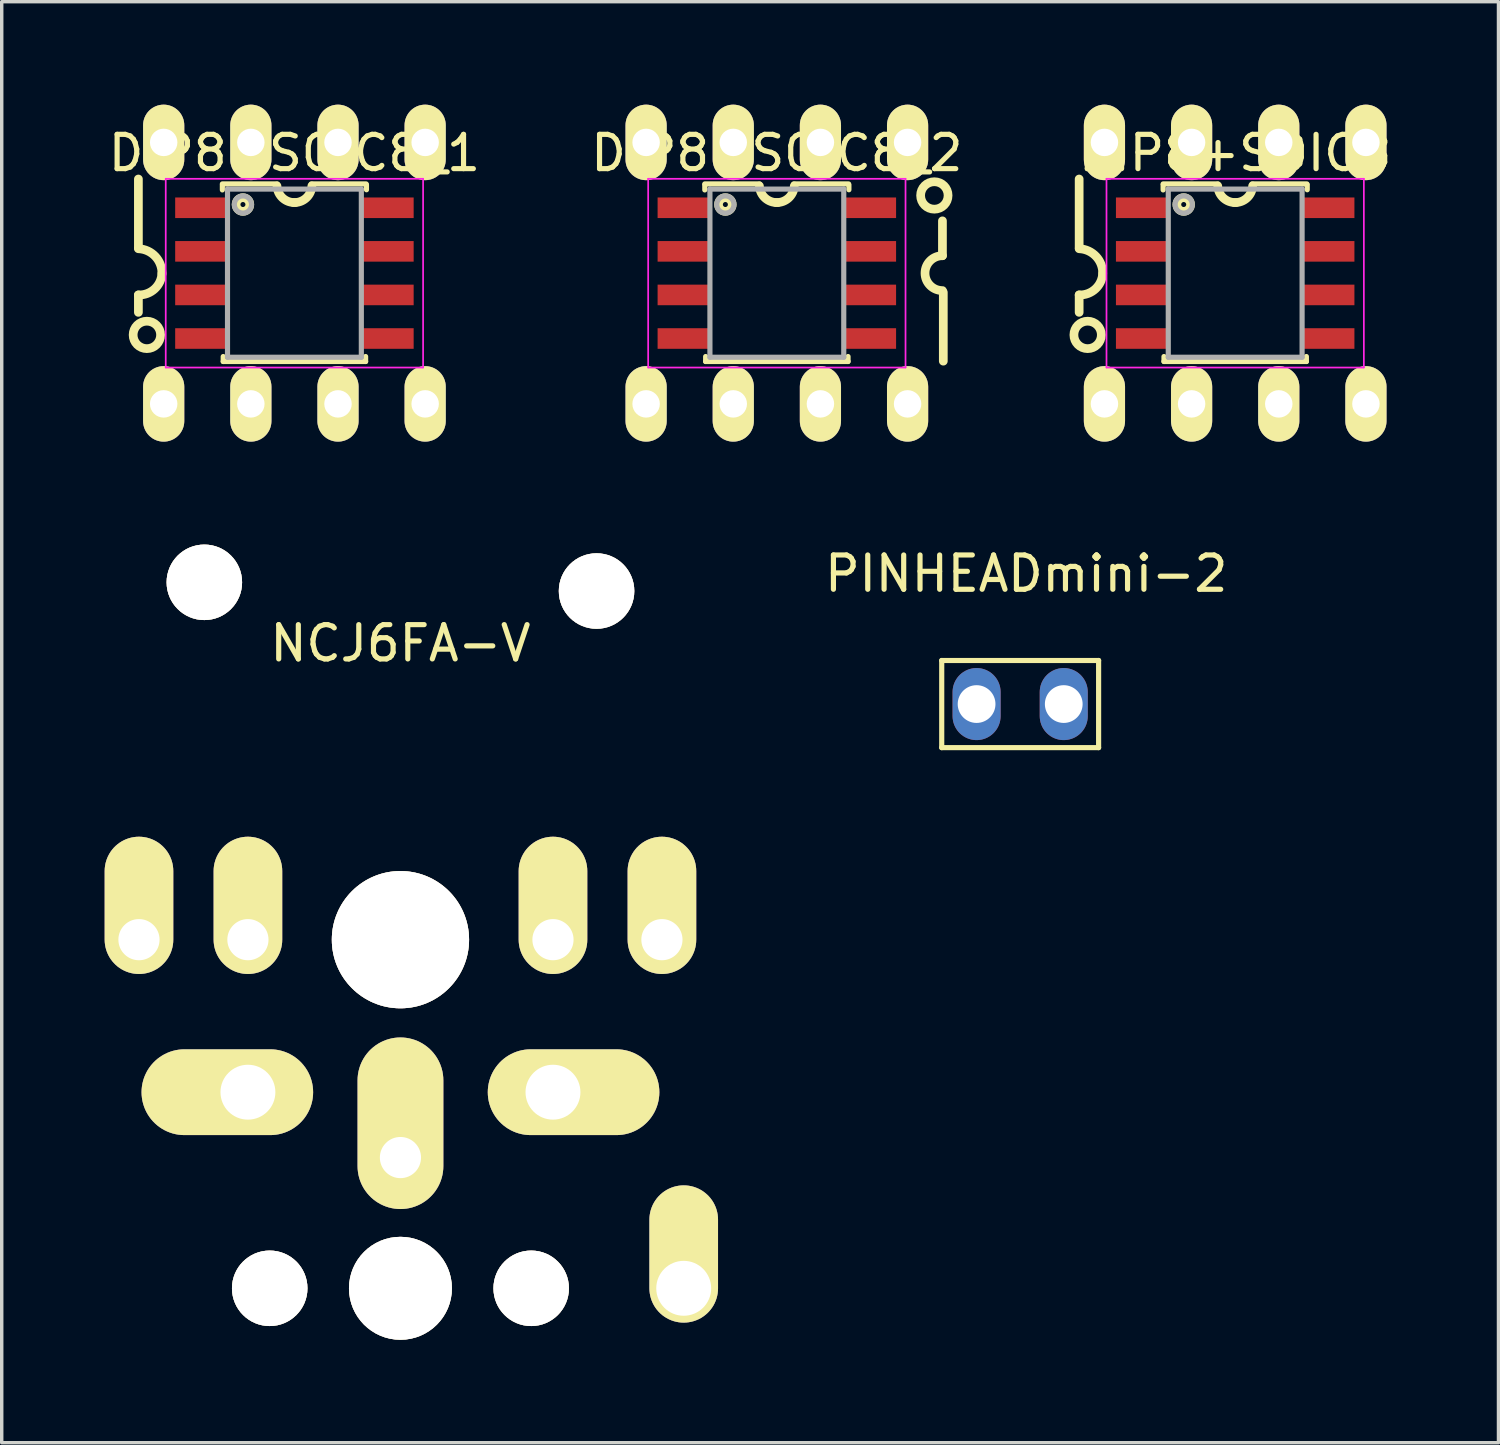
<source format=kicad_pcb>
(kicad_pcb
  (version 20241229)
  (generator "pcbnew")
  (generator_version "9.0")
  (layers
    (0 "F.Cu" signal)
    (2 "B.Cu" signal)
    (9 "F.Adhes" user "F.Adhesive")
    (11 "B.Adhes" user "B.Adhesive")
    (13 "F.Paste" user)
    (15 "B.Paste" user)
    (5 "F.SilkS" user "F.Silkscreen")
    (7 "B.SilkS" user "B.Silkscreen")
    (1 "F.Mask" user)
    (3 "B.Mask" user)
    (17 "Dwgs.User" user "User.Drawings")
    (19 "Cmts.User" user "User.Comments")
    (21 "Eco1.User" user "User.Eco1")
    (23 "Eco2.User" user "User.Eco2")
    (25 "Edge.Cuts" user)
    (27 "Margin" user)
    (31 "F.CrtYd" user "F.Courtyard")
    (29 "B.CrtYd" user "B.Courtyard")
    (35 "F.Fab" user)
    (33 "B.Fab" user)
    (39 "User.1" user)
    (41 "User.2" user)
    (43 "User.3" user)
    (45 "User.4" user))
  (footprint "DIP8+SOIC8_2"
    (layer "F.Cu")
    (at 19.589 4.91)
    (property "Reference" "DIP8+SOIC8_2" (at 0 -3.5 0) (layer "F.SilkS") (effects (font (size 1 1) (thickness 0.15))))
    (attr smd)
    (fp_line (start -2.1 -2.6) (end -0.5 -2.6) (stroke (width 0.15) (type solid)) (layer "F.SilkS"))
    (fp_line (start -2.1 -2.425) (end -2.1 -2.57) (stroke (width 0.15) (type solid)) (layer "F.SilkS"))
    (fp_line (start -2.075 2.575) (end -2.075 2.43) (stroke (width 0.15) (type solid)) (layer "F.SilkS"))
    (fp_line (start -2.075 2.575) (end 2.075 2.575) (stroke (width 0.15) (type solid)) (layer "F.SilkS"))
    (fp_line (start 0.49 -2.6) (end 2.09 -2.6) (stroke (width 0.15) (type solid)) (layer "F.SilkS"))
    (fp_line (start 2.075 2.575) (end 2.075 2.43) (stroke (width 0.15) (type solid)) (layer "F.SilkS"))
    (fp_line (start 2.1 -2.575) (end 2.1 -2.43) (stroke (width 0.15) (type solid)) (layer "F.SilkS"))
    (fp_line (start 4.826 -0.508) (end 4.826 -1.524) (stroke (width 0.254) (type solid)) (layer "F.SilkS"))
    (fp_line (start 4.851 2.565) (end 4.851 0.559) (stroke (width 0.254) (type solid)) (layer "F.SilkS"))
    (fp_arc (start 0.0254 -2.0574) (mid -0.34125 -2.188229) (end -0.508 -2.54) (stroke (width 0.254) (type solid)) (layer "F.SilkS"))
    (fp_arc (start 0.508 -2.54) (mid 0.34125 -2.188229) (end -0.0254 -2.0574) (stroke (width 0.254) (type solid)) (layer "F.SilkS"))
    (fp_arc (start 4.826 0.508) (mid 4.318 0) (end 4.826 -0.508) (stroke (width 0.254) (type solid)) (layer "F.SilkS"))
    (fp_circle (center -1.5 -2) (end -1.3 -2) (stroke (width 0.254) (type solid)) (fill no) (layer "F.SilkS"))
    (fp_circle (center 4.59 -2.264) (end 4.59 -2.664) (stroke (width 0.254) (type solid)) (fill no) (layer "F.SilkS"))
    (fp_line (start -3.75 -2.75) (end -3.75 2.75) (stroke (width 0.05) (type solid)) (layer "F.CrtYd"))
    (fp_line (start -3.75 -2.75) (end 3.75 -2.75) (stroke (width 0.05) (type solid)) (layer "F.CrtYd"))
    (fp_line (start -3.75 2.75) (end 3.75 2.75) (stroke (width 0.05) (type solid)) (layer "F.CrtYd"))
    (fp_line (start 3.75 -2.75) (end 3.75 2.75) (stroke (width 0.05) (type solid)) (layer "F.CrtYd"))
    (fp_line (start -1.95 -2.45) (end -1.95 2.45) (stroke (width 0.15) (type solid)) (layer "F.Fab"))
    (fp_line (start -1.95 2.45) (end 1.95 2.45) (stroke (width 0.15) (type solid)) (layer "F.Fab"))
    (fp_line (start 1.95 -2.45) (end -1.95 -2.45) (stroke (width 0.15) (type solid)) (layer "F.Fab"))
    (fp_line (start 1.95 2.45) (end 1.95 -2.45) (stroke (width 0.15) (type solid)) (layer "F.Fab"))
    (fp_circle (center -1.5 -2) (end -1.75 -2) (stroke (width 0.15) (type solid)) (fill no) (layer "F.Fab"))
    (pad "1" smd rect (at -2.7 -1.905) (size 1.55 0.6) (layers "F.Cu" "F.Mask" "F.Paste"))
    (pad "1" thru_hole oval (at 3.81 -3.81) (size 1.2 2.2) (drill 0.8) (layers "*.Cu" "*.Mask" "F.SilkS"))
    (pad "2" smd rect (at -2.7 -0.635) (size 1.55 0.6) (layers "F.Cu" "F.Mask" "F.Paste"))
    (pad "2" thru_hole oval (at 1.27 -3.81) (size 1.2 2.2) (drill 0.8) (layers "*.Cu" "*.Mask" "F.SilkS"))
    (pad "3" smd rect (at -2.7 0.635) (size 1.55 0.6) (layers "F.Cu" "F.Mask" "F.Paste"))
    (pad "3" thru_hole oval (at -1.27 -3.81) (size 1.2 2.2) (drill 0.8) (layers "*.Cu" "*.Mask" "F.SilkS"))
    (pad "4" thru_hole oval (at -3.81 -3.81) (size 1.2 2.2) (drill 0.8) (layers "*.Cu" "*.Mask" "F.SilkS"))
    (pad "4" smd rect (at -2.7 1.905) (size 1.55 0.6) (layers "F.Cu" "F.Mask" "F.Paste"))
    (pad "5" thru_hole oval (at -3.81 3.81) (size 1.2 2.2) (drill 0.8) (layers "*.Cu" "*.Mask" "F.SilkS"))
    (pad "5" smd rect (at 2.7 1.905) (size 1.55 0.6) (layers "F.Cu" "F.Mask" "F.Paste"))
    (pad "6" thru_hole oval (at -1.27 3.81) (size 1.2 2.2) (drill 0.8) (layers "*.Cu" "*.Mask" "F.SilkS"))
    (pad "6" smd rect (at 2.7 0.635) (size 1.55 0.6) (layers "F.Cu" "F.Mask" "F.Paste"))
    (pad "7" thru_hole oval (at 1.27 3.81) (size 1.2 2.2) (drill 0.8) (layers "*.Cu" "*.Mask" "F.SilkS"))
    (pad "7" smd rect (at 2.7 -0.635) (size 1.55 0.6) (layers "F.Cu" "F.Mask" "F.Paste"))
    (pad "8" smd rect (at 2.7 -1.905) (size 1.55 0.6) (layers "F.Cu" "F.Mask" "F.Paste"))
    (pad "8" thru_hole oval (at 3.81 3.81) (size 1.2 2.2) (drill 0.8) (layers "*.Cu" "*.Mask" "F.SilkS")))
  (footprint "DIP8+SOIC8"
    (layer "F.Cu")
    (at 32.946 4.91)
    (property "Reference" "DIP8+SOIC8" (at 0 -3.5 0) (layer "F.SilkS") (effects (font (size 1 1) (thickness 0.15))))
    (attr smd)
    (fp_line (start -4.547 -0.737) (end -4.547 -2.743) (stroke (width 0.254) (type solid)) (layer "F.SilkS"))
    (fp_line (start -4.547 0.635) (end -4.547 1.143) (stroke (width 0.254) (type solid)) (layer "F.SilkS"))
    (fp_line (start -2.1 -2.6) (end -0.5 -2.6) (stroke (width 0.15) (type solid)) (layer "F.SilkS"))
    (fp_line (start -2.1 -2.425) (end -2.1 -2.57) (stroke (width 0.15) (type solid)) (layer "F.SilkS"))
    (fp_line (start -2.075 2.575) (end -2.075 2.43) (stroke (width 0.15) (type solid)) (layer "F.SilkS"))
    (fp_line (start -2.075 2.575) (end 2.075 2.575) (stroke (width 0.15) (type solid)) (layer "F.SilkS"))
    (fp_line (start 0.49 -2.6) (end 2.09 -2.6) (stroke (width 0.15) (type solid)) (layer "F.SilkS"))
    (fp_line (start 2.075 2.575) (end 2.075 2.43) (stroke (width 0.15) (type solid)) (layer "F.SilkS"))
    (fp_line (start 2.1 -2.575) (end 2.1 -2.43) (stroke (width 0.15) (type solid)) (layer "F.SilkS"))
    (fp_arc (start -4.5466 -0.7112) (mid -4.051145 -0.484934) (end -3.8608 0.0254) (stroke (width 0.254) (type solid)) (layer "F.SilkS"))
    (fp_arc (start -3.8608 0) (mid -4.072187 0.459534) (end -4.5466 0.635) (stroke (width 0.254) (type solid)) (layer "F.SilkS"))
    (fp_arc (start 0.0254 -2.0574) (mid -0.34125 -2.188229) (end -0.508 -2.54) (stroke (width 0.254) (type solid)) (layer "F.SilkS"))
    (fp_arc (start 0.508 -2.54) (mid 0.34125 -2.188229) (end -0.0254 -2.0574) (stroke (width 0.254) (type solid)) (layer "F.SilkS"))
    (fp_circle (center -4.3 1.8) (end -4.3 1.4) (stroke (width 0.254) (type solid)) (fill no) (layer "F.SilkS"))
    (fp_circle (center -1.5 -2) (end -1.3 -2) (stroke (width 0.254) (type solid)) (fill no) (layer "F.SilkS"))
    (fp_line (start -3.75 -2.75) (end -3.75 2.75) (stroke (width 0.05) (type solid)) (layer "F.CrtYd"))
    (fp_line (start -3.75 -2.75) (end 3.75 -2.75) (stroke (width 0.05) (type solid)) (layer "F.CrtYd"))
    (fp_line (start -3.75 2.75) (end 3.75 2.75) (stroke (width 0.05) (type solid)) (layer "F.CrtYd"))
    (fp_line (start 3.75 -2.75) (end 3.75 2.75) (stroke (width 0.05) (type solid)) (layer "F.CrtYd"))
    (fp_line (start -1.95 -2.45) (end -1.95 2.45) (stroke (width 0.15) (type solid)) (layer "F.Fab"))
    (fp_line (start -1.95 2.45) (end 1.95 2.45) (stroke (width 0.15) (type solid)) (layer "F.Fab"))
    (fp_line (start 1.95 -2.45) (end -1.95 -2.45) (stroke (width 0.15) (type solid)) (layer "F.Fab"))
    (fp_line (start 1.95 2.45) (end 1.95 -2.45) (stroke (width 0.15) (type solid)) (layer "F.Fab"))
    (fp_circle (center -1.5 -2) (end -1.75 -2) (stroke (width 0.15) (type solid)) (fill no) (layer "F.Fab"))
    (pad "1" thru_hole oval (at -3.81 3.81) (size 1.2 2.2) (drill 0.8) (layers "*.Cu" "*.Mask" "F.SilkS"))
    (pad "1" smd rect (at -2.7 -1.905) (size 1.55 0.6) (layers "F.Cu" "F.Mask" "F.Paste"))
    (pad "2" smd rect (at -2.7 -0.635) (size 1.55 0.6) (layers "F.Cu" "F.Mask" "F.Paste"))
    (pad "2" thru_hole oval (at -1.27 3.81) (size 1.2 2.2) (drill 0.8) (layers "*.Cu" "*.Mask" "F.SilkS"))
    (pad "3" smd rect (at -2.7 0.635) (size 1.55 0.6) (layers "F.Cu" "F.Mask" "F.Paste"))
    (pad "3" thru_hole oval (at 1.27 3.81) (size 1.2 2.2) (drill 0.8) (layers "*.Cu" "*.Mask" "F.SilkS"))
    (pad "4" smd rect (at -2.7 1.905) (size 1.55 0.6) (layers "F.Cu" "F.Mask" "F.Paste"))
    (pad "4" thru_hole oval (at 3.81 3.81) (size 1.2 2.2) (drill 0.8) (layers "*.Cu" "*.Mask" "F.SilkS"))
    (pad "5" thru_hole oval (at -3.81 -3.81) (size 1.2 2.2) (drill 0.8) (layers "*.Cu" "*.Mask" "F.SilkS"))
    (pad "5" smd rect (at 2.7 1.905) (size 1.55 0.6) (layers "F.Cu" "F.Mask" "F.Paste"))
    (pad "6" thru_hole oval (at -1.27 -3.81) (size 1.2 2.2) (drill 0.8) (layers "*.Cu" "*.Mask" "F.SilkS"))
    (pad "6" smd rect (at 2.7 0.635) (size 1.55 0.6) (layers "F.Cu" "F.Mask" "F.Paste"))
    (pad "7" thru_hole oval (at 1.27 -3.81) (size 1.2 2.2) (drill 0.8) (layers "*.Cu" "*.Mask" "F.SilkS"))
    (pad "7" smd rect (at 2.7 -0.635) (size 1.55 0.6) (layers "F.Cu" "F.Mask" "F.Paste"))
    (pad "8" smd rect (at 2.7 -1.905) (size 1.55 0.6) (layers "F.Cu" "F.Mask" "F.Paste"))
    (pad "8" thru_hole oval (at 3.81 -3.81) (size 1.2 2.2) (drill 0.8) (layers "*.Cu" "*.Mask" "F.SilkS")))
  (footprint "NCJ6FA-V"
    (layer "F.Cu")
    (at 8.62 24.334)
    (property "Reference" "NCJ6FA-V" (at 0 -8.636 0) (layer "F.SilkS") (effects (font (size 1 1) (thickness 0.15))))
    (attr through_hole)
    (pad "1" thru_hole circle (at 0 0) (size 4 4) (drill 4) (layers "*.Cu" "*.Mask" "F.SilkS"))
    (pad "1" thru_hole oval (at 7.62 0) (size 2 4) (drill 1.2 (offset 0 -1)) (layers "*.Cu" "*.Mask" "F.SilkS"))
    (pad "2" thru_hole oval (at -7.62 0) (size 2 4) (drill 1.2 (offset 0 -1)) (layers "*.Cu" "*.Mask" "F.SilkS"))
    (pad "3" thru_hole oval (at -5.715 -10.414) (size 2.2 2.2) (drill 2.2) (layers "*.Cu" "*.Mask" "F.SilkS"))
    (pad "3" thru_hole oval (at -3.81 10.16) (size 2.2 2.2) (drill 2.2) (layers "*.Cu" "*.Mask" "F.SilkS"))
    (pad "3" thru_hole oval (at 0 6.35) (size 2.5 5) (drill 1.2 (offset 0 -1)) (layers "*.Cu" "*.Mask" "F.SilkS"))
    (pad "3" thru_hole oval (at 0 10.16) (size 3 3) (drill 3) (layers "*.Cu" "*.Mask" "F.SilkS"))
    (pad "3" thru_hole oval (at 3.81 10.16) (size 2.2 2.2) (drill 2.2) (layers "*.Cu" "*.Mask" "F.SilkS"))
    (pad "3" thru_hole oval (at 5.715 -10.16) (size 2.2 2.2) (drill 2.2) (layers "*.Cu" "*.Mask" "F.SilkS"))
    (pad "G" thru_hole oval (at 8.255 10.16) (size 2 4) (drill 1.6 (offset 0 -1)) (layers "*.Cu" "*.Mask" "F.SilkS"))
    (pad "R" thru_hole oval (at -4.445 0) (size 2 4) (drill 1.2 (offset 0 -1)) (layers "*.Cu" "*.Mask" "F.SilkS"))
    (pad "S" thru_hole oval (at 4.445 0) (size 2 4) (drill 1.2 (offset 0 -1)) (layers "*.Cu" "*.Mask" "F.SilkS"))
    (pad "T" thru_hole oval (at -4.445 4.445) (size 5 2.5) (drill 1.6 (offset -0.6 0)) (layers "*.Cu" "*.Mask" "F.SilkS"))
    (pad "T" thru_hole oval (at 4.445 4.445) (size 5 2.5) (drill 1.6 (offset 0.6 0)) (layers "*.Cu" "*.Mask" "F.SilkS")))
  (footprint "DIP8+SOIC8_1"
    (layer "F.Cu")
    (at 5.53 4.91)
    (property "Reference" "DIP8+SOIC8_1" (at 0 -3.5 0) (layer "F.SilkS") (effects (font (size 1 1) (thickness 0.15))))
    (attr smd)
    (fp_line (start -4.547 -0.737) (end -4.547 -2.743) (stroke (width 0.254) (type solid)) (layer "F.SilkS"))
    (fp_line (start -4.547 0.635) (end -4.547 1.143) (stroke (width 0.254) (type solid)) (layer "F.SilkS"))
    (fp_line (start -2.1 -2.6) (end -0.5 -2.6) (stroke (width 0.15) (type solid)) (layer "F.SilkS"))
    (fp_line (start -2.1 -2.425) (end -2.1 -2.57) (stroke (width 0.15) (type solid)) (layer "F.SilkS"))
    (fp_line (start -2.075 2.575) (end -2.075 2.43) (stroke (width 0.15) (type solid)) (layer "F.SilkS"))
    (fp_line (start -2.075 2.575) (end 2.075 2.575) (stroke (width 0.15) (type solid)) (layer "F.SilkS"))
    (fp_line (start 0.49 -2.6) (end 2.09 -2.6) (stroke (width 0.15) (type solid)) (layer "F.SilkS"))
    (fp_line (start 2.075 2.575) (end 2.075 2.43) (stroke (width 0.15) (type solid)) (layer "F.SilkS"))
    (fp_line (start 2.1 -2.575) (end 2.1 -2.43) (stroke (width 0.15) (type solid)) (layer "F.SilkS"))
    (fp_arc (start -4.5466 -0.7112) (mid -4.051145 -0.484934) (end -3.8608 0.0254) (stroke (width 0.254) (type solid)) (layer "F.SilkS"))
    (fp_arc (start -3.8608 0) (mid -4.072187 0.459534) (end -4.5466 0.635) (stroke (width 0.254) (type solid)) (layer "F.SilkS"))
    (fp_arc (start 0.0254 -2.0574) (mid -0.34125 -2.188229) (end -0.508 -2.54) (stroke (width 0.254) (type solid)) (layer "F.SilkS"))
    (fp_arc (start 0.508 -2.54) (mid 0.34125 -2.188229) (end -0.0254 -2.0574) (stroke (width 0.254) (type solid)) (layer "F.SilkS"))
    (fp_circle (center -4.3 1.8) (end -4.3 1.4) (stroke (width 0.254) (type solid)) (fill no) (layer "F.SilkS"))
    (fp_circle (center -1.5 -2) (end -1.3 -2) (stroke (width 0.254) (type solid)) (fill no) (layer "F.SilkS"))
    (fp_line (start -3.75 -2.75) (end -3.75 2.75) (stroke (width 0.05) (type solid)) (layer "F.CrtYd"))
    (fp_line (start -3.75 -2.75) (end 3.75 -2.75) (stroke (width 0.05) (type solid)) (layer "F.CrtYd"))
    (fp_line (start -3.75 2.75) (end 3.75 2.75) (stroke (width 0.05) (type solid)) (layer "F.CrtYd"))
    (fp_line (start 3.75 -2.75) (end 3.75 2.75) (stroke (width 0.05) (type solid)) (layer "F.CrtYd"))
    (fp_line (start -1.95 -2.45) (end -1.95 2.45) (stroke (width 0.15) (type solid)) (layer "F.Fab"))
    (fp_line (start -1.95 2.45) (end 1.95 2.45) (stroke (width 0.15) (type solid)) (layer "F.Fab"))
    (fp_line (start 1.95 -2.45) (end -1.95 -2.45) (stroke (width 0.15) (type solid)) (layer "F.Fab"))
    (fp_line (start 1.95 2.45) (end 1.95 -2.45) (stroke (width 0.15) (type solid)) (layer "F.Fab"))
    (fp_circle (center -1.5 -2) (end -1.75 -2) (stroke (width 0.15) (type solid)) (fill no) (layer "F.Fab"))
    (pad "1" thru_hole oval (at -3.81 3.81) (size 1.2 2.2) (drill 0.8) (layers "*.Cu" "*.Mask" "F.SilkS"))
    (pad "1" smd rect (at -2.7 -1.905) (size 1.55 0.6) (layers "F.Cu" "F.Mask" "F.Paste"))
    (pad "2" smd rect (at -2.7 -0.635) (size 1.55 0.6) (layers "F.Cu" "F.Mask" "F.Paste"))
    (pad "2" thru_hole oval (at -1.27 3.81) (size 1.2 2.2) (drill 0.8) (layers "*.Cu" "*.Mask" "F.SilkS"))
    (pad "3" smd rect (at -2.7 0.635) (size 1.55 0.6) (layers "F.Cu" "F.Mask" "F.Paste"))
    (pad "3" thru_hole oval (at 1.27 3.81) (size 1.2 2.2) (drill 0.8) (layers "*.Cu" "*.Mask" "F.SilkS"))
    (pad "4" smd rect (at -2.7 1.905) (size 1.55 0.6) (layers "F.Cu" "F.Mask" "F.Paste"))
    (pad "4" thru_hole oval (at 3.81 3.81) (size 1.2 2.2) (drill 0.8) (layers "*.Cu" "*.Mask" "F.SilkS"))
    (pad "5" thru_hole oval (at -3.81 -3.81) (size 1.2 2.2) (drill 0.8) (layers "*.Cu" "*.Mask" "F.SilkS"))
    (pad "5" smd rect (at 2.7 1.905) (size 1.55 0.6) (layers "F.Cu" "F.Mask" "F.Paste"))
    (pad "6" thru_hole oval (at -1.27 -3.81) (size 1.2 2.2) (drill 0.8) (layers "*.Cu" "*.Mask" "F.SilkS"))
    (pad "6" smd rect (at 2.7 0.635) (size 1.55 0.6) (layers "F.Cu" "F.Mask" "F.Paste"))
    (pad "7" thru_hole oval (at 1.27 -3.81) (size 1.2 2.2) (drill 0.8) (layers "*.Cu" "*.Mask" "F.SilkS"))
    (pad "7" smd rect (at 2.7 -0.635) (size 1.55 0.6) (layers "F.Cu" "F.Mask" "F.Paste"))
    (pad "8" smd rect (at 2.7 -1.905) (size 1.55 0.6) (layers "F.Cu" "F.Mask" "F.Paste"))
    (pad "8" thru_hole oval (at 3.81 -3.81) (size 1.2 2.2) (drill 0.8) (layers "*.Cu" "*.Mask" "F.SilkS")))
  (footprint "PINHEADmini-2"
    (layer "F.Cu")
    (at 26.68 17.468)
    (property "Reference" "PINHEADmini-2" (at 0.177 -3.8 0) (layer "F.SilkS") (effects (font (size 1 1) (thickness 0.15))))
    (attr exclude_from_pos_files exclude_from_bom)
    (fp_line (start -2.286 -1.27) (end -2.286 1.27) (stroke (width 0.15) (type solid)) (layer "F.SilkS"))
    (fp_line (start -2.286 -1.27) (end 2.286 -1.27) (stroke (width 0.15) (type solid)) (layer "F.SilkS"))
    (fp_line (start 2.286 -1.27) (end 2.286 1.27) (stroke (width 0.15) (type solid)) (layer "F.SilkS"))
    (fp_line (start 2.286 1.27) (end -2.286 1.27) (stroke (width 0.15) (type solid)) (layer "F.SilkS"))
    (pad "1" thru_hole oval (at -1.27 0) (size 1.4 2.1) (drill 1.1) (layers "*.Cu" "*.Mask"))
    (pad "2" thru_hole oval (at 1.27 0) (size 1.4 2.1) (drill 1.1) (layers "*.Cu" "*.Mask")))
  (gr_rect
    (start -3 -3)
    (end 40.619 38.994)
    (stroke (width 0.1) (type default))
    (fill no)
    (layer "Edge.Cuts")))
</source>
